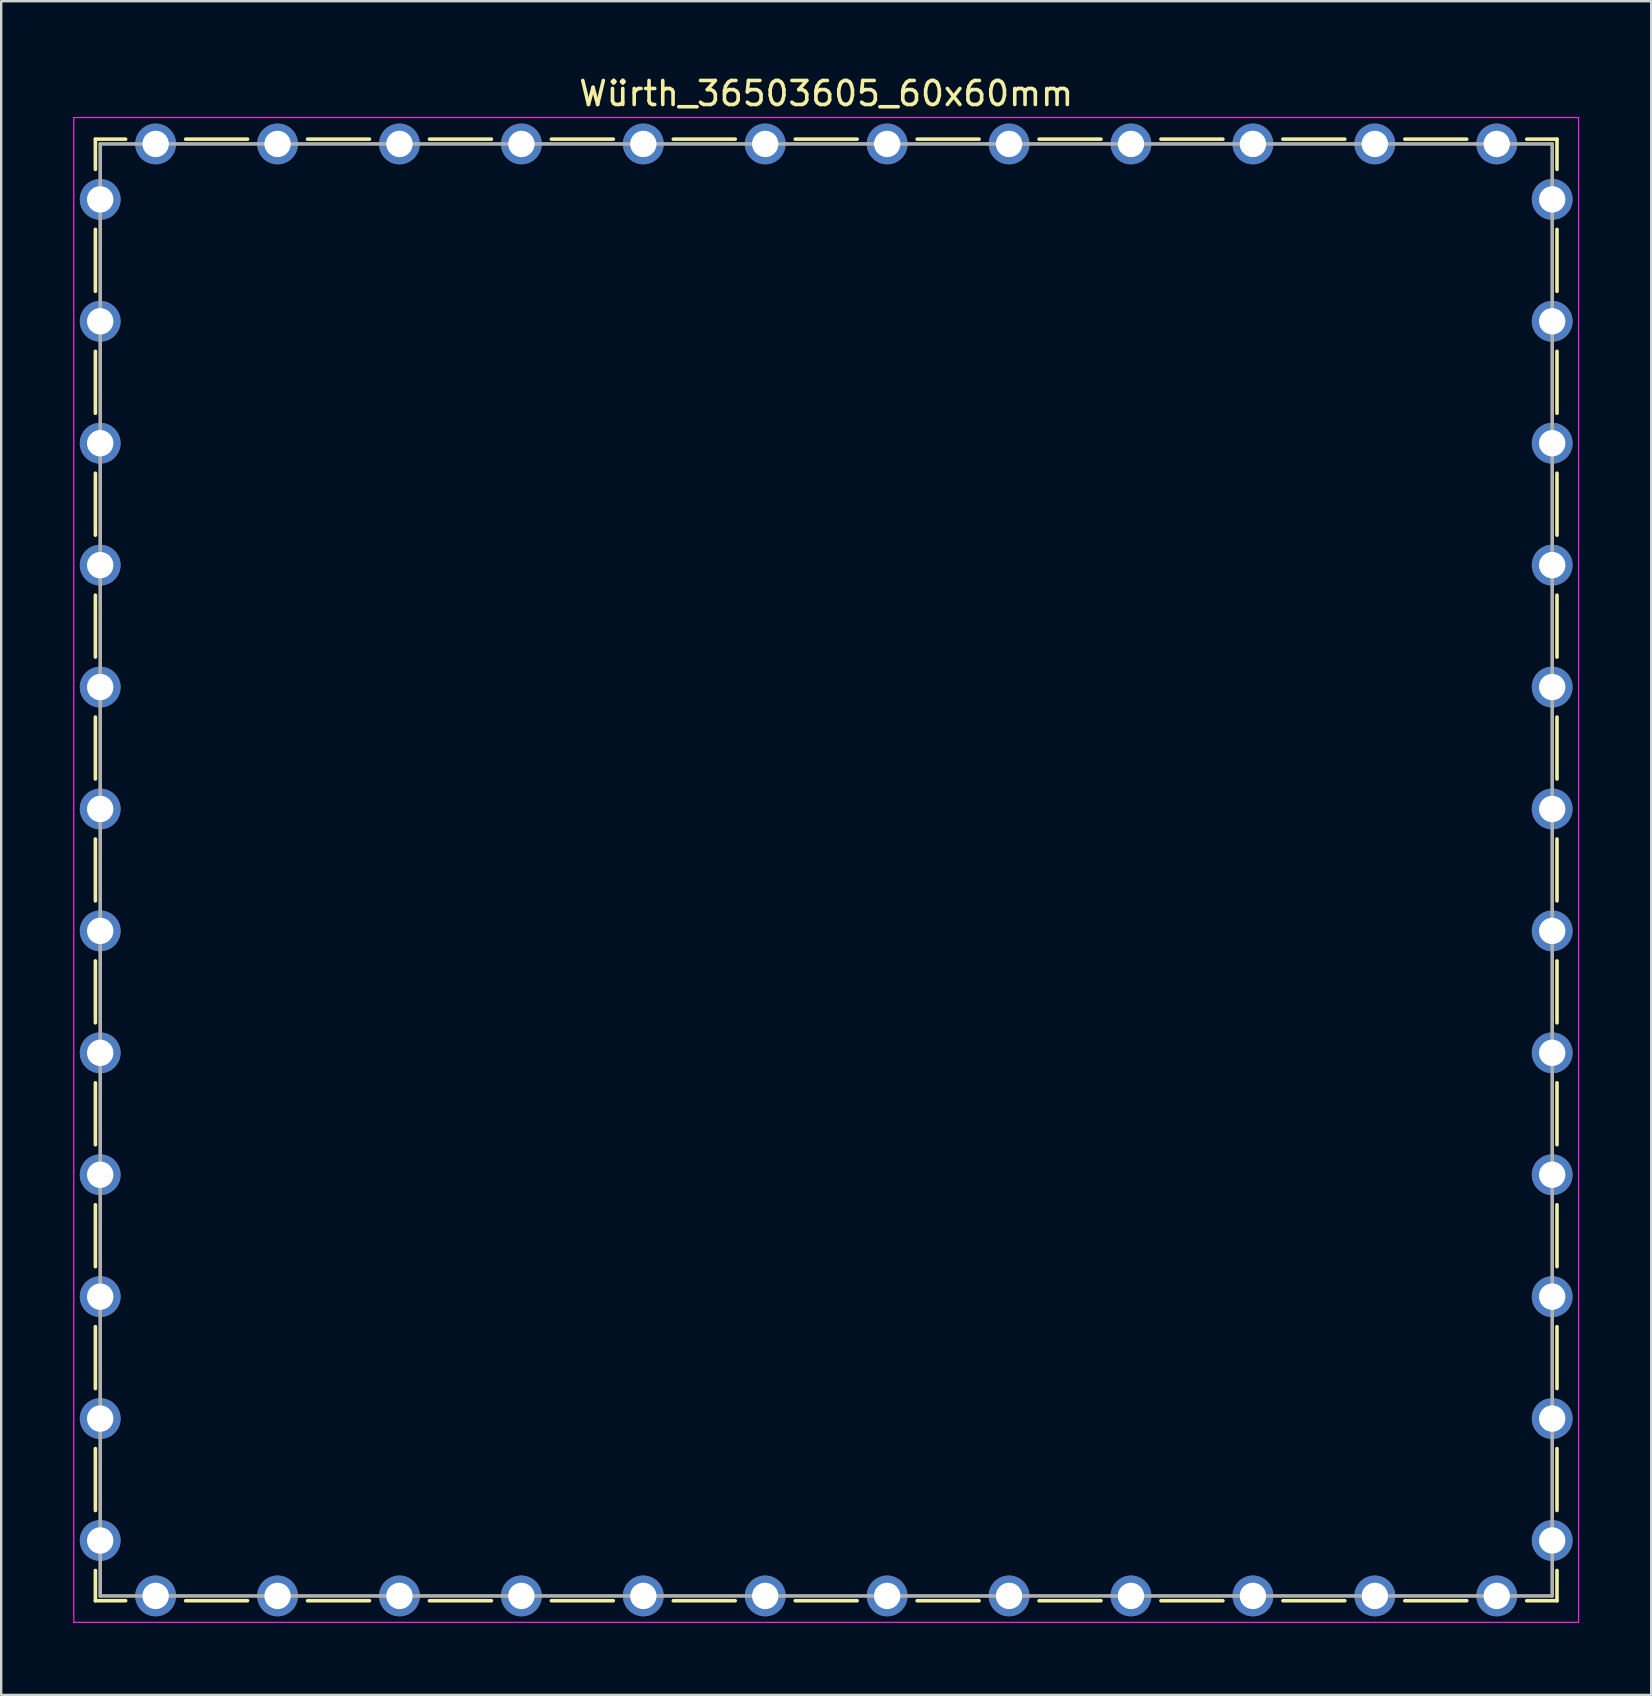
<source format=kicad_pcb>
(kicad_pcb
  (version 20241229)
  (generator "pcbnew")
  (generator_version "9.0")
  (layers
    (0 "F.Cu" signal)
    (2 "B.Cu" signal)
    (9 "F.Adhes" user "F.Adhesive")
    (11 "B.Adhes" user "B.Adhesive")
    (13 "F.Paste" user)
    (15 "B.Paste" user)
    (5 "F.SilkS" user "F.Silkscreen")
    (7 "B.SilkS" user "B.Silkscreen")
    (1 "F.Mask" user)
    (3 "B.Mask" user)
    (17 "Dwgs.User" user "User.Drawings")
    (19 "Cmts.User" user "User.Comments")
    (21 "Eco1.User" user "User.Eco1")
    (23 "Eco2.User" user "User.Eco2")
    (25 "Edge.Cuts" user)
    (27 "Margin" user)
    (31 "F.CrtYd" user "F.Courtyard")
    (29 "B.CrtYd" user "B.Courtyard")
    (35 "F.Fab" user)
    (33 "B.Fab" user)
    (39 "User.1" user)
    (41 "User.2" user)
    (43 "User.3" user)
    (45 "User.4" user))
  (footprint "Würth_36503605_60x60mm"
    (layer "F.Cu")
    (at 31.375 33.198)
    (property "Reference" "Würth_36503605_60x60mm" (at 0 -32.35 0) (layer "F.SilkS") (effects (font (size 1 1) (thickness 0.15))))
    (attr through_hole)
    (fp_line (start -30.45 -29.19) (end -30.45 -30.45) (stroke (width 0.15) (type solid)) (layer "F.SilkS"))
    (fp_line (start -30.45 -24.11) (end -30.45 -26.69) (stroke (width 0.15) (type solid)) (layer "F.SilkS"))
    (fp_line (start -30.45 -19.03) (end -30.45 -21.61) (stroke (width 0.15) (type solid)) (layer "F.SilkS"))
    (fp_line (start -30.45 -13.95) (end -30.45 -16.53) (stroke (width 0.15) (type solid)) (layer "F.SilkS"))
    (fp_line (start -30.45 -8.87) (end -30.45 -11.45) (stroke (width 0.15) (type solid)) (layer "F.SilkS"))
    (fp_line (start -30.45 -3.79) (end -30.45 -6.37) (stroke (width 0.15) (type solid)) (layer "F.SilkS"))
    (fp_line (start -30.45 -1.29) (end -30.45 1.29) (stroke (width 0.15) (type solid)) (layer "F.SilkS"))
    (fp_line (start -30.45 3.79) (end -30.45 6.37) (stroke (width 0.15) (type solid)) (layer "F.SilkS"))
    (fp_line (start -30.45 8.87) (end -30.45 11.45) (stroke (width 0.15) (type solid)) (layer "F.SilkS"))
    (fp_line (start -30.45 13.95) (end -30.45 16.53) (stroke (width 0.15) (type solid)) (layer "F.SilkS"))
    (fp_line (start -30.45 19.03) (end -30.45 21.61) (stroke (width 0.15) (type solid)) (layer "F.SilkS"))
    (fp_line (start -30.45 24.11) (end -30.45 26.69) (stroke (width 0.15) (type solid)) (layer "F.SilkS"))
    (fp_line (start -30.45 29.19) (end -30.45 30.45) (stroke (width 0.15) (type solid)) (layer "F.SilkS"))
    (fp_line (start -29.19 -30.45) (end -30.45 -30.45) (stroke (width 0.15) (type solid)) (layer "F.SilkS"))
    (fp_line (start -29.19 30.45) (end -30.45 30.45) (stroke (width 0.15) (type solid)) (layer "F.SilkS"))
    (fp_line (start -24.11 -30.45) (end -26.69 -30.45) (stroke (width 0.15) (type solid)) (layer "F.SilkS"))
    (fp_line (start -24.11 30.45) (end -26.69 30.45) (stroke (width 0.15) (type solid)) (layer "F.SilkS"))
    (fp_line (start -19.03 -30.45) (end -21.61 -30.45) (stroke (width 0.15) (type solid)) (layer "F.SilkS"))
    (fp_line (start -19.03 30.45) (end -21.61 30.45) (stroke (width 0.15) (type solid)) (layer "F.SilkS"))
    (fp_line (start -13.95 -30.45) (end -16.53 -30.45) (stroke (width 0.15) (type solid)) (layer "F.SilkS"))
    (fp_line (start -13.95 30.45) (end -16.53 30.45) (stroke (width 0.15) (type solid)) (layer "F.SilkS"))
    (fp_line (start -8.87 -30.45) (end -11.45 -30.45) (stroke (width 0.15) (type solid)) (layer "F.SilkS"))
    (fp_line (start -8.87 30.45) (end -11.45 30.45) (stroke (width 0.15) (type solid)) (layer "F.SilkS"))
    (fp_line (start -3.79 -30.45) (end -6.37 -30.45) (stroke (width 0.15) (type solid)) (layer "F.SilkS"))
    (fp_line (start -3.79 30.45) (end -6.37 30.45) (stroke (width 0.15) (type solid)) (layer "F.SilkS"))
    (fp_line (start 1.29 -30.45) (end -1.29 -30.45) (stroke (width 0.15) (type solid)) (layer "F.SilkS"))
    (fp_line (start 1.29 30.45) (end -1.29 30.45) (stroke (width 0.15) (type solid)) (layer "F.SilkS"))
    (fp_line (start 3.79 -30.45) (end 6.37 -30.45) (stroke (width 0.15) (type solid)) (layer "F.SilkS"))
    (fp_line (start 3.79 30.45) (end 6.37 30.45) (stroke (width 0.15) (type solid)) (layer "F.SilkS"))
    (fp_line (start 8.87 -30.45) (end 11.45 -30.45) (stroke (width 0.15) (type solid)) (layer "F.SilkS"))
    (fp_line (start 8.87 30.45) (end 11.45 30.45) (stroke (width 0.15) (type solid)) (layer "F.SilkS"))
    (fp_line (start 13.95 -30.45) (end 16.53 -30.45) (stroke (width 0.15) (type solid)) (layer "F.SilkS"))
    (fp_line (start 13.95 30.45) (end 16.53 30.45) (stroke (width 0.15) (type solid)) (layer "F.SilkS"))
    (fp_line (start 19.03 -30.45) (end 21.61 -30.45) (stroke (width 0.15) (type solid)) (layer "F.SilkS"))
    (fp_line (start 19.03 30.45) (end 21.61 30.45) (stroke (width 0.15) (type solid)) (layer "F.SilkS"))
    (fp_line (start 24.11 -30.45) (end 26.69 -30.45) (stroke (width 0.15) (type solid)) (layer "F.SilkS"))
    (fp_line (start 24.11 30.45) (end 26.69 30.45) (stroke (width 0.15) (type solid)) (layer "F.SilkS"))
    (fp_line (start 29.19 -30.45) (end 30.45 -30.45) (stroke (width 0.15) (type solid)) (layer "F.SilkS"))
    (fp_line (start 29.19 30.45) (end 30.45 30.45) (stroke (width 0.15) (type solid)) (layer "F.SilkS"))
    (fp_line (start 30.45 -29.19) (end 30.45 -30.45) (stroke (width 0.15) (type solid)) (layer "F.SilkS"))
    (fp_line (start 30.45 -24.11) (end 30.45 -26.69) (stroke (width 0.15) (type solid)) (layer "F.SilkS"))
    (fp_line (start 30.45 -19.03) (end 30.45 -21.61) (stroke (width 0.15) (type solid)) (layer "F.SilkS"))
    (fp_line (start 30.45 -13.95) (end 30.45 -16.53) (stroke (width 0.15) (type solid)) (layer "F.SilkS"))
    (fp_line (start 30.45 -8.87) (end 30.45 -11.45) (stroke (width 0.15) (type solid)) (layer "F.SilkS"))
    (fp_line (start 30.45 -3.79) (end 30.45 -6.37) (stroke (width 0.15) (type solid)) (layer "F.SilkS"))
    (fp_line (start 30.45 1.29) (end 30.45 -1.29) (stroke (width 0.15) (type solid)) (layer "F.SilkS"))
    (fp_line (start 30.45 3.79) (end 30.45 6.37) (stroke (width 0.15) (type solid)) (layer "F.SilkS"))
    (fp_line (start 30.45 8.87) (end 30.45 11.45) (stroke (width 0.15) (type solid)) (layer "F.SilkS"))
    (fp_line (start 30.45 13.95) (end 30.45 16.53) (stroke (width 0.15) (type solid)) (layer "F.SilkS"))
    (fp_line (start 30.45 19.03) (end 30.45 21.61) (stroke (width 0.15) (type solid)) (layer "F.SilkS"))
    (fp_line (start 30.45 24.11) (end 30.45 26.69) (stroke (width 0.15) (type solid)) (layer "F.SilkS"))
    (fp_line (start 30.45 29.19) (end 30.45 30.45) (stroke (width 0.15) (type solid)) (layer "F.SilkS"))
    (fp_line (start -31.35 -31.35) (end -31.35 31.35) (stroke (width 0.05) (type solid)) (layer "F.CrtYd"))
    (fp_line (start -31.35 31.35) (end 31.35 31.35) (stroke (width 0.05) (type solid)) (layer "F.CrtYd"))
    (fp_line (start 31.35 -31.35) (end -31.35 -31.35) (stroke (width 0.05) (type solid)) (layer "F.CrtYd"))
    (fp_line (start 31.35 31.35) (end 31.35 -31.35) (stroke (width 0.05) (type solid)) (layer "F.CrtYd"))
    (fp_line (start -30.25 -30.25) (end -30.25 30.25) (stroke (width 0.15) (type solid)) (layer "F.Fab"))
    (fp_line (start -30.25 30.25) (end 30.25 30.25) (stroke (width 0.15) (type solid)) (layer "F.Fab"))
    (fp_line (start 30.25 -30.25) (end -30.25 -30.25) (stroke (width 0.15) (type solid)) (layer "F.Fab"))
    (fp_line (start 30.25 30.25) (end 30.25 -30.25) (stroke (width 0.15) (type solid)) (layer "F.Fab"))
    (pad "1" thru_hole circle (at -30.25 -27.94) (size 1.7 1.7) (drill 1.1) (layers "*.Cu" "*.Mask"))
    (pad "1" thru_hole circle (at -30.25 -22.86) (size 1.7 1.7) (drill 1.1) (layers "*.Cu" "*.Mask"))
    (pad "1" thru_hole circle (at -30.25 -17.78) (size 1.7 1.7) (drill 1.1) (layers "*.Cu" "*.Mask"))
    (pad "1" thru_hole circle (at -30.25 -12.7) (size 1.7 1.7) (drill 1.1) (layers "*.Cu" "*.Mask"))
    (pad "1" thru_hole circle (at -30.25 -7.62) (size 1.7 1.7) (drill 1.1) (layers "*.Cu" "*.Mask"))
    (pad "1" thru_hole circle (at -30.25 -2.54) (size 1.7 1.7) (drill 1.1) (layers "*.Cu" "*.Mask"))
    (pad "1" thru_hole circle (at -30.25 2.54) (size 1.7 1.7) (drill 1.1) (layers "*.Cu" "*.Mask"))
    (pad "1" thru_hole circle (at -30.25 7.62) (size 1.7 1.7) (drill 1.1) (layers "*.Cu" "*.Mask"))
    (pad "1" thru_hole circle (at -30.25 12.7) (size 1.7 1.7) (drill 1.1) (layers "*.Cu" "*.Mask"))
    (pad "1" thru_hole circle (at -30.25 17.78) (size 1.7 1.7) (drill 1.1) (layers "*.Cu" "*.Mask"))
    (pad "1" thru_hole circle (at -30.25 22.86) (size 1.7 1.7) (drill 1.1) (layers "*.Cu" "*.Mask"))
    (pad "1" thru_hole circle (at -30.25 27.94) (size 1.7 1.7) (drill 1.1) (layers "*.Cu" "*.Mask"))
    (pad "1" thru_hole circle (at -27.94 -30.25) (size 1.7 1.7) (drill 1.1) (layers "*.Cu" "*.Mask"))
    (pad "1" thru_hole circle (at -27.94 30.25) (size 1.7 1.7) (drill 1.1) (layers "*.Cu" "*.Mask"))
    (pad "1" thru_hole circle (at -22.86 -30.25) (size 1.7 1.7) (drill 1.1) (layers "*.Cu" "*.Mask"))
    (pad "1" thru_hole circle (at -22.86 30.25) (size 1.7 1.7) (drill 1.1) (layers "*.Cu" "*.Mask"))
    (pad "1" thru_hole circle (at -17.78 -30.25) (size 1.7 1.7) (drill 1.1) (layers "*.Cu" "*.Mask"))
    (pad "1" thru_hole circle (at -17.78 30.25) (size 1.7 1.7) (drill 1.1) (layers "*.Cu" "*.Mask"))
    (pad "1" thru_hole circle (at -12.7 -30.25) (size 1.7 1.7) (drill 1.1) (layers "*.Cu" "*.Mask"))
    (pad "1" thru_hole circle (at -12.7 30.25) (size 1.7 1.7) (drill 1.1) (layers "*.Cu" "*.Mask"))
    (pad "1" thru_hole circle (at -7.62 -30.25) (size 1.7 1.7) (drill 1.1) (layers "*.Cu" "*.Mask"))
    (pad "1" thru_hole circle (at -7.62 30.25) (size 1.7 1.7) (drill 1.1) (layers "*.Cu" "*.Mask"))
    (pad "1" thru_hole circle (at -2.54 -30.25) (size 1.7 1.7) (drill 1.1) (layers "*.Cu" "*.Mask"))
    (pad "1" thru_hole circle (at -2.54 30.25) (size 1.7 1.7) (drill 1.1) (layers "*.Cu" "*.Mask"))
    (pad "1" thru_hole circle (at 2.54 -30.25) (size 1.7 1.7) (drill 1.1) (layers "*.Cu" "*.Mask"))
    (pad "1" thru_hole circle (at 2.54 30.25) (size 1.7 1.7) (drill 1.1) (layers "*.Cu" "*.Mask"))
    (pad "1" thru_hole circle (at 7.62 -30.25) (size 1.7 1.7) (drill 1.1) (layers "*.Cu" "*.Mask"))
    (pad "1" thru_hole circle (at 7.62 30.25) (size 1.7 1.7) (drill 1.1) (layers "*.Cu" "*.Mask"))
    (pad "1" thru_hole circle (at 12.7 -30.25) (size 1.7 1.7) (drill 1.1) (layers "*.Cu" "*.Mask"))
    (pad "1" thru_hole circle (at 12.7 30.25) (size 1.7 1.7) (drill 1.1) (layers "*.Cu" "*.Mask"))
    (pad "1" thru_hole circle (at 17.78 -30.25) (size 1.7 1.7) (drill 1.1) (layers "*.Cu" "*.Mask"))
    (pad "1" thru_hole circle (at 17.78 30.25) (size 1.7 1.7) (drill 1.1) (layers "*.Cu" "*.Mask"))
    (pad "1" thru_hole circle (at 22.86 -30.25) (size 1.7 1.7) (drill 1.1) (layers "*.Cu" "*.Mask"))
    (pad "1" thru_hole circle (at 22.86 30.25) (size 1.7 1.7) (drill 1.1) (layers "*.Cu" "*.Mask"))
    (pad "1" thru_hole circle (at 27.94 -30.25) (size 1.7 1.7) (drill 1.1) (layers "*.Cu" "*.Mask"))
    (pad "1" thru_hole circle (at 27.94 30.25) (size 1.7 1.7) (drill 1.1) (layers "*.Cu" "*.Mask"))
    (pad "1" thru_hole circle (at 30.25 -27.94) (size 1.7 1.7) (drill 1.1) (layers "*.Cu" "*.Mask"))
    (pad "1" thru_hole circle (at 30.25 -22.86) (size 1.7 1.7) (drill 1.1) (layers "*.Cu" "*.Mask"))
    (pad "1" thru_hole circle (at 30.25 -17.78) (size 1.7 1.7) (drill 1.1) (layers "*.Cu" "*.Mask"))
    (pad "1" thru_hole circle (at 30.25 -12.7) (size 1.7 1.7) (drill 1.1) (layers "*.Cu" "*.Mask"))
    (pad "1" thru_hole circle (at 30.25 -7.62) (size 1.7 1.7) (drill 1.1) (layers "*.Cu" "*.Mask"))
    (pad "1" thru_hole circle (at 30.25 -2.54) (size 1.7 1.7) (drill 1.1) (layers "*.Cu" "*.Mask"))
    (pad "1" thru_hole circle (at 30.25 2.54) (size 1.7 1.7) (drill 1.1) (layers "*.Cu" "*.Mask"))
    (pad "1" thru_hole circle (at 30.25 7.62) (size 1.7 1.7) (drill 1.1) (layers "*.Cu" "*.Mask"))
    (pad "1" thru_hole circle (at 30.25 12.7) (size 1.7 1.7) (drill 1.1) (layers "*.Cu" "*.Mask"))
    (pad "1" thru_hole circle (at 30.25 17.78) (size 1.7 1.7) (drill 1.1) (layers "*.Cu" "*.Mask"))
    (pad "1" thru_hole circle (at 30.25 22.86) (size 1.7 1.7) (drill 1.1) (layers "*.Cu" "*.Mask"))
    (pad "1" thru_hole circle (at 30.25 27.94) (size 1.7 1.7) (drill 1.1) (layers "*.Cu" "*.Mask")))
  (gr_rect
    (start -3 -3)
    (end 65.75 67.573)
    (stroke (width 0.1) (type default))
    (fill no)
    (layer "Edge.Cuts")))
</source>
